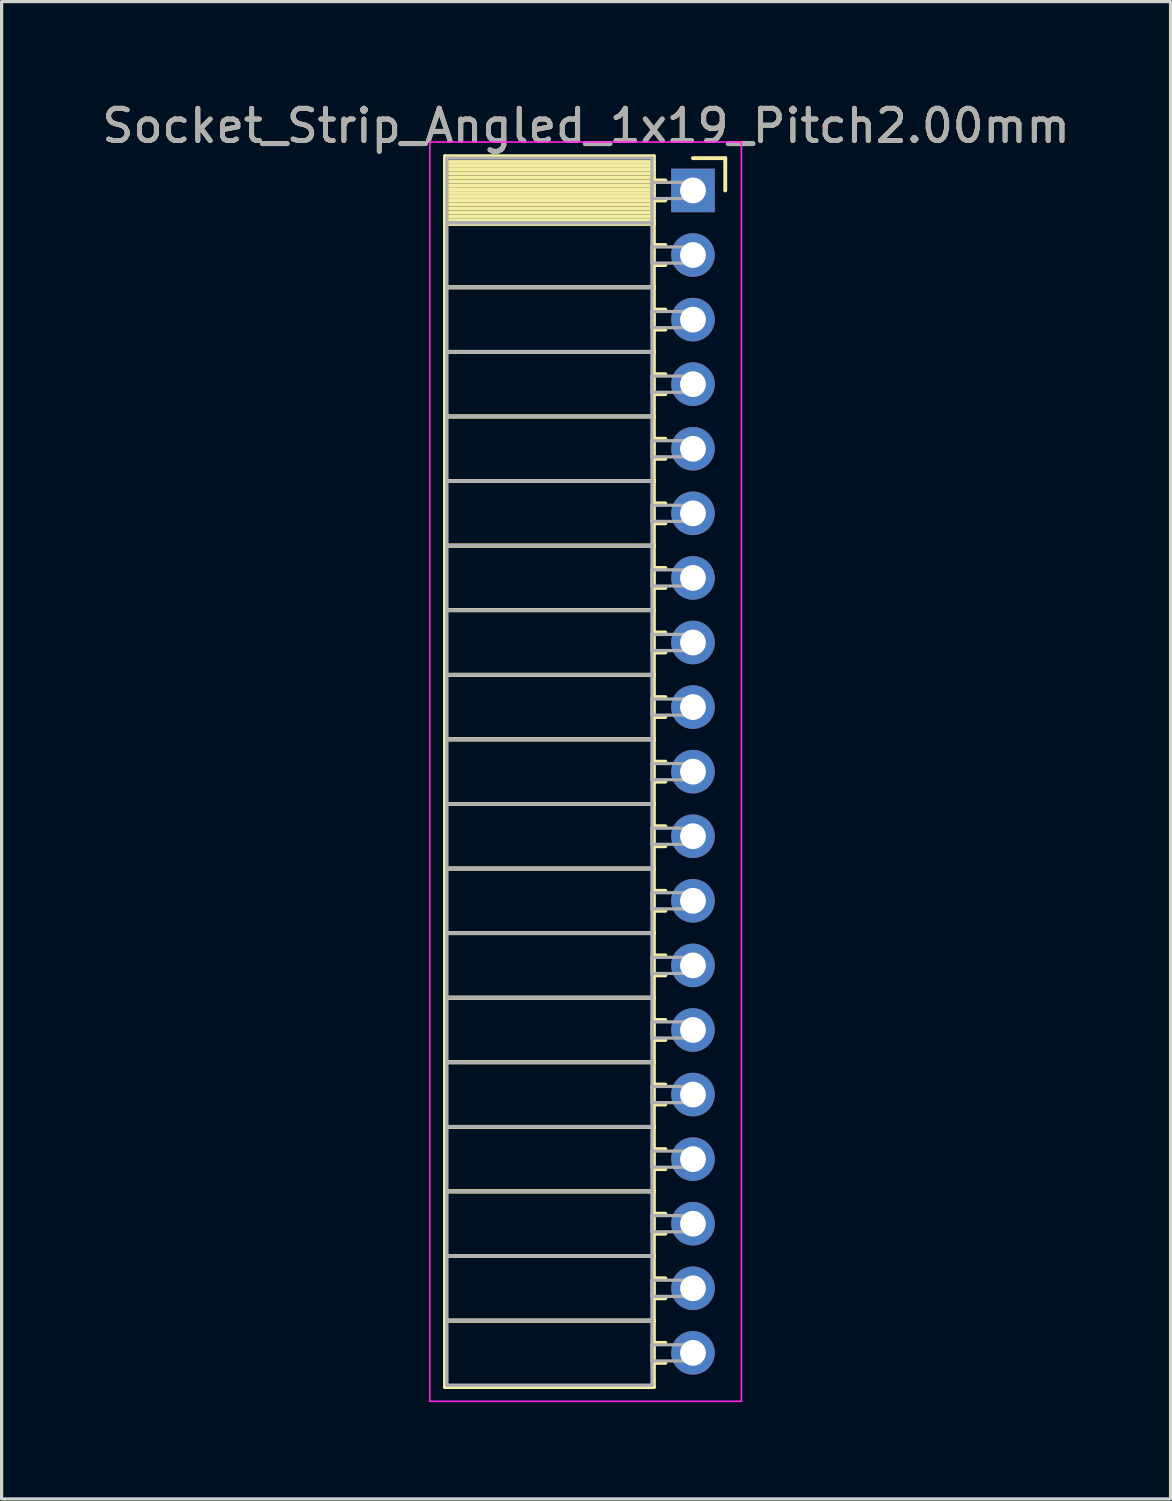
<source format=kicad_pcb>
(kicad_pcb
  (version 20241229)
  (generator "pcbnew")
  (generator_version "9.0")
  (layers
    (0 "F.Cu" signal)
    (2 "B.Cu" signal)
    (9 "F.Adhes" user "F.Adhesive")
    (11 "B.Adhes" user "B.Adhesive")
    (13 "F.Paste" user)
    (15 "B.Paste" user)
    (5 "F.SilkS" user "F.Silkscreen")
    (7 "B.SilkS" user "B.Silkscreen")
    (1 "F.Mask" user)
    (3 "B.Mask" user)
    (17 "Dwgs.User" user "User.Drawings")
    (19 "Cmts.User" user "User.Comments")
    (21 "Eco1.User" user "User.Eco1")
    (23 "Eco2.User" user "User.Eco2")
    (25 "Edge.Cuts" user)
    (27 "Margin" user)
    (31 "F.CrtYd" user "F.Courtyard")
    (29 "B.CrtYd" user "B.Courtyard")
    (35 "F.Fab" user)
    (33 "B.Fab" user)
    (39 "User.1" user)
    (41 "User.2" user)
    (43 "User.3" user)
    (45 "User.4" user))
  (footprint "Socket_Strip_Angled_1x19_Pitch2.00mm"
    (layer "F.Cu")
    (at 18.411 2.848)
    (property "Reference" "Socket_Strip_Angled_1x19_Pitch2.00mm" (at -3.31 -2 0) (layer "F.SilkS") (effects (font (size 1 1) (thickness 0.15))))
    (attr through_hole)
    (fp_line (start -7.68 -1.06) (end -1.21 -1.06) (stroke (width 0.12) (type solid)) (layer "F.SilkS"))
    (fp_line (start -7.68 1) (end -7.68 -1.06) (stroke (width 0.12) (type solid)) (layer "F.SilkS"))
    (fp_line (start -7.68 1) (end -1.21 1) (stroke (width 0.12) (type solid)) (layer "F.SilkS"))
    (fp_line (start -7.68 3) (end -7.68 1) (stroke (width 0.12) (type solid)) (layer "F.SilkS"))
    (fp_line (start -7.68 3) (end -1.21 3) (stroke (width 0.12) (type solid)) (layer "F.SilkS"))
    (fp_line (start -7.68 5) (end -7.68 3) (stroke (width 0.12) (type solid)) (layer "F.SilkS"))
    (fp_line (start -7.68 5) (end -1.21 5) (stroke (width 0.12) (type solid)) (layer "F.SilkS"))
    (fp_line (start -7.68 7) (end -7.68 5) (stroke (width 0.12) (type solid)) (layer "F.SilkS"))
    (fp_line (start -7.68 7) (end -1.21 7) (stroke (width 0.12) (type solid)) (layer "F.SilkS"))
    (fp_line (start -7.68 9) (end -7.68 7) (stroke (width 0.12) (type solid)) (layer "F.SilkS"))
    (fp_line (start -7.68 9) (end -1.21 9) (stroke (width 0.12) (type solid)) (layer "F.SilkS"))
    (fp_line (start -7.68 11) (end -7.68 9) (stroke (width 0.12) (type solid)) (layer "F.SilkS"))
    (fp_line (start -7.68 11) (end -1.21 11) (stroke (width 0.12) (type solid)) (layer "F.SilkS"))
    (fp_line (start -7.68 13) (end -7.68 11) (stroke (width 0.12) (type solid)) (layer "F.SilkS"))
    (fp_line (start -7.68 13) (end -1.21 13) (stroke (width 0.12) (type solid)) (layer "F.SilkS"))
    (fp_line (start -7.68 15) (end -7.68 13) (stroke (width 0.12) (type solid)) (layer "F.SilkS"))
    (fp_line (start -7.68 15) (end -1.21 15) (stroke (width 0.12) (type solid)) (layer "F.SilkS"))
    (fp_line (start -7.68 17) (end -7.68 15) (stroke (width 0.12) (type solid)) (layer "F.SilkS"))
    (fp_line (start -7.68 17) (end -1.21 17) (stroke (width 0.12) (type solid)) (layer "F.SilkS"))
    (fp_line (start -7.68 19) (end -7.68 17) (stroke (width 0.12) (type solid)) (layer "F.SilkS"))
    (fp_line (start -7.68 19) (end -1.21 19) (stroke (width 0.12) (type solid)) (layer "F.SilkS"))
    (fp_line (start -7.68 21) (end -7.68 19) (stroke (width 0.12) (type solid)) (layer "F.SilkS"))
    (fp_line (start -7.68 21) (end -1.21 21) (stroke (width 0.12) (type solid)) (layer "F.SilkS"))
    (fp_line (start -7.68 23) (end -7.68 21) (stroke (width 0.12) (type solid)) (layer "F.SilkS"))
    (fp_line (start -7.68 23) (end -1.21 23) (stroke (width 0.12) (type solid)) (layer "F.SilkS"))
    (fp_line (start -7.68 25) (end -7.68 23) (stroke (width 0.12) (type solid)) (layer "F.SilkS"))
    (fp_line (start -7.68 25) (end -1.21 25) (stroke (width 0.12) (type solid)) (layer "F.SilkS"))
    (fp_line (start -7.68 27) (end -7.68 25) (stroke (width 0.12) (type solid)) (layer "F.SilkS"))
    (fp_line (start -7.68 27) (end -1.21 27) (stroke (width 0.12) (type solid)) (layer "F.SilkS"))
    (fp_line (start -7.68 29) (end -7.68 27) (stroke (width 0.12) (type solid)) (layer "F.SilkS"))
    (fp_line (start -7.68 29) (end -1.21 29) (stroke (width 0.12) (type solid)) (layer "F.SilkS"))
    (fp_line (start -7.68 31) (end -7.68 29) (stroke (width 0.12) (type solid)) (layer "F.SilkS"))
    (fp_line (start -7.68 31) (end -1.21 31) (stroke (width 0.12) (type solid)) (layer "F.SilkS"))
    (fp_line (start -7.68 33) (end -7.68 31) (stroke (width 0.12) (type solid)) (layer "F.SilkS"))
    (fp_line (start -7.68 33) (end -1.21 33) (stroke (width 0.12) (type solid)) (layer "F.SilkS"))
    (fp_line (start -7.68 35) (end -7.68 33) (stroke (width 0.12) (type solid)) (layer "F.SilkS"))
    (fp_line (start -7.68 35) (end -1.21 35) (stroke (width 0.12) (type solid)) (layer "F.SilkS"))
    (fp_line (start -7.68 37.06) (end -7.68 35) (stroke (width 0.12) (type solid)) (layer "F.SilkS"))
    (fp_line (start -1.21 -1.06) (end -1.21 1) (stroke (width 0.12) (type solid)) (layer "F.SilkS"))
    (fp_line (start -1.21 -0.88) (end -7.68 -0.88) (stroke (width 0.12) (type solid)) (layer "F.SilkS"))
    (fp_line (start -1.21 -0.76) (end -7.68 -0.76) (stroke (width 0.12) (type solid)) (layer "F.SilkS"))
    (fp_line (start -1.21 -0.64) (end -7.68 -0.64) (stroke (width 0.12) (type solid)) (layer "F.SilkS"))
    (fp_line (start -1.21 -0.52) (end -7.68 -0.52) (stroke (width 0.12) (type solid)) (layer "F.SilkS"))
    (fp_line (start -1.21 -0.4) (end -7.68 -0.4) (stroke (width 0.12) (type solid)) (layer "F.SilkS"))
    (fp_line (start -1.21 -0.28) (end -7.68 -0.28) (stroke (width 0.12) (type solid)) (layer "F.SilkS"))
    (fp_line (start -1.21 -0.16) (end -7.68 -0.16) (stroke (width 0.12) (type solid)) (layer "F.SilkS"))
    (fp_line (start -1.21 -0.04) (end -7.68 -0.04) (stroke (width 0.12) (type solid)) (layer "F.SilkS"))
    (fp_line (start -1.21 0.08) (end -7.68 0.08) (stroke (width 0.12) (type solid)) (layer "F.SilkS"))
    (fp_line (start -1.21 0.2) (end -7.68 0.2) (stroke (width 0.12) (type solid)) (layer "F.SilkS"))
    (fp_line (start -1.21 0.32) (end -7.68 0.32) (stroke (width 0.12) (type solid)) (layer "F.SilkS"))
    (fp_line (start -1.21 0.44) (end -7.68 0.44) (stroke (width 0.12) (type solid)) (layer "F.SilkS"))
    (fp_line (start -1.21 0.56) (end -7.68 0.56) (stroke (width 0.12) (type solid)) (layer "F.SilkS"))
    (fp_line (start -1.21 0.68) (end -7.68 0.68) (stroke (width 0.12) (type solid)) (layer "F.SilkS"))
    (fp_line (start -1.21 0.8) (end -7.68 0.8) (stroke (width 0.12) (type solid)) (layer "F.SilkS"))
    (fp_line (start -1.21 0.92) (end -7.68 0.92) (stroke (width 0.12) (type solid)) (layer "F.SilkS"))
    (fp_line (start -1.21 1) (end -7.68 1) (stroke (width 0.12) (type solid)) (layer "F.SilkS"))
    (fp_line (start -1.21 1) (end -1.21 3) (stroke (width 0.12) (type solid)) (layer "F.SilkS"))
    (fp_line (start -1.21 1.04) (end -7.68 1.04) (stroke (width 0.12) (type solid)) (layer "F.SilkS"))
    (fp_line (start -1.21 3) (end -7.68 3) (stroke (width 0.12) (type solid)) (layer "F.SilkS"))
    (fp_line (start -1.21 3) (end -1.21 5) (stroke (width 0.12) (type solid)) (layer "F.SilkS"))
    (fp_line (start -1.21 5) (end -7.68 5) (stroke (width 0.12) (type solid)) (layer "F.SilkS"))
    (fp_line (start -1.21 5) (end -1.21 7) (stroke (width 0.12) (type solid)) (layer "F.SilkS"))
    (fp_line (start -1.21 7) (end -7.68 7) (stroke (width 0.12) (type solid)) (layer "F.SilkS"))
    (fp_line (start -1.21 7) (end -1.21 9) (stroke (width 0.12) (type solid)) (layer "F.SilkS"))
    (fp_line (start -1.21 9) (end -7.68 9) (stroke (width 0.12) (type solid)) (layer "F.SilkS"))
    (fp_line (start -1.21 9) (end -1.21 11) (stroke (width 0.12) (type solid)) (layer "F.SilkS"))
    (fp_line (start -1.21 11) (end -7.68 11) (stroke (width 0.12) (type solid)) (layer "F.SilkS"))
    (fp_line (start -1.21 11) (end -1.21 13) (stroke (width 0.12) (type solid)) (layer "F.SilkS"))
    (fp_line (start -1.21 13) (end -7.68 13) (stroke (width 0.12) (type solid)) (layer "F.SilkS"))
    (fp_line (start -1.21 13) (end -1.21 15) (stroke (width 0.12) (type solid)) (layer "F.SilkS"))
    (fp_line (start -1.21 15) (end -7.68 15) (stroke (width 0.12) (type solid)) (layer "F.SilkS"))
    (fp_line (start -1.21 15) (end -1.21 17) (stroke (width 0.12) (type solid)) (layer "F.SilkS"))
    (fp_line (start -1.21 17) (end -7.68 17) (stroke (width 0.12) (type solid)) (layer "F.SilkS"))
    (fp_line (start -1.21 17) (end -1.21 19) (stroke (width 0.12) (type solid)) (layer "F.SilkS"))
    (fp_line (start -1.21 19) (end -7.68 19) (stroke (width 0.12) (type solid)) (layer "F.SilkS"))
    (fp_line (start -1.21 19) (end -1.21 21) (stroke (width 0.12) (type solid)) (layer "F.SilkS"))
    (fp_line (start -1.21 21) (end -7.68 21) (stroke (width 0.12) (type solid)) (layer "F.SilkS"))
    (fp_line (start -1.21 21) (end -1.21 23) (stroke (width 0.12) (type solid)) (layer "F.SilkS"))
    (fp_line (start -1.21 23) (end -7.68 23) (stroke (width 0.12) (type solid)) (layer "F.SilkS"))
    (fp_line (start -1.21 23) (end -1.21 25) (stroke (width 0.12) (type solid)) (layer "F.SilkS"))
    (fp_line (start -1.21 25) (end -7.68 25) (stroke (width 0.12) (type solid)) (layer "F.SilkS"))
    (fp_line (start -1.21 25) (end -1.21 27) (stroke (width 0.12) (type solid)) (layer "F.SilkS"))
    (fp_line (start -1.21 27) (end -7.68 27) (stroke (width 0.12) (type solid)) (layer "F.SilkS"))
    (fp_line (start -1.21 27) (end -1.21 29) (stroke (width 0.12) (type solid)) (layer "F.SilkS"))
    (fp_line (start -1.21 29) (end -7.68 29) (stroke (width 0.12) (type solid)) (layer "F.SilkS"))
    (fp_line (start -1.21 29) (end -1.21 31) (stroke (width 0.12) (type solid)) (layer "F.SilkS"))
    (fp_line (start -1.21 31) (end -7.68 31) (stroke (width 0.12) (type solid)) (layer "F.SilkS"))
    (fp_line (start -1.21 31) (end -1.21 33) (stroke (width 0.12) (type solid)) (layer "F.SilkS"))
    (fp_line (start -1.21 33) (end -7.68 33) (stroke (width 0.12) (type solid)) (layer "F.SilkS"))
    (fp_line (start -1.21 33) (end -1.21 35) (stroke (width 0.12) (type solid)) (layer "F.SilkS"))
    (fp_line (start -1.21 35) (end -7.68 35) (stroke (width 0.12) (type solid)) (layer "F.SilkS"))
    (fp_line (start -1.21 35) (end -1.21 37.06) (stroke (width 0.12) (type solid)) (layer "F.SilkS"))
    (fp_line (start -1.21 37.06) (end -7.68 37.06) (stroke (width 0.12) (type solid)) (layer "F.SilkS"))
    (fp_line (start -0.855 -0.31) (end -1.21 -0.31) (stroke (width 0.12) (type solid)) (layer "F.SilkS"))
    (fp_line (start -0.855 0.31) (end -1.21 0.31) (stroke (width 0.12) (type solid)) (layer "F.SilkS"))
    (fp_line (start -0.855 1.69) (end -1.21 1.69) (stroke (width 0.12) (type solid)) (layer "F.SilkS"))
    (fp_line (start -0.855 2.31) (end -1.21 2.31) (stroke (width 0.12) (type solid)) (layer "F.SilkS"))
    (fp_line (start -0.855 3.69) (end -1.21 3.69) (stroke (width 0.12) (type solid)) (layer "F.SilkS"))
    (fp_line (start -0.855 4.31) (end -1.21 4.31) (stroke (width 0.12) (type solid)) (layer "F.SilkS"))
    (fp_line (start -0.855 5.69) (end -1.21 5.69) (stroke (width 0.12) (type solid)) (layer "F.SilkS"))
    (fp_line (start -0.855 6.31) (end -1.21 6.31) (stroke (width 0.12) (type solid)) (layer "F.SilkS"))
    (fp_line (start -0.855 7.69) (end -1.21 7.69) (stroke (width 0.12) (type solid)) (layer "F.SilkS"))
    (fp_line (start -0.855 8.31) (end -1.21 8.31) (stroke (width 0.12) (type solid)) (layer "F.SilkS"))
    (fp_line (start -0.855 9.69) (end -1.21 9.69) (stroke (width 0.12) (type solid)) (layer "F.SilkS"))
    (fp_line (start -0.855 10.31) (end -1.21 10.31) (stroke (width 0.12) (type solid)) (layer "F.SilkS"))
    (fp_line (start -0.855 11.69) (end -1.21 11.69) (stroke (width 0.12) (type solid)) (layer "F.SilkS"))
    (fp_line (start -0.855 12.31) (end -1.21 12.31) (stroke (width 0.12) (type solid)) (layer "F.SilkS"))
    (fp_line (start -0.855 13.69) (end -1.21 13.69) (stroke (width 0.12) (type solid)) (layer "F.SilkS"))
    (fp_line (start -0.855 14.31) (end -1.21 14.31) (stroke (width 0.12) (type solid)) (layer "F.SilkS"))
    (fp_line (start -0.855 15.69) (end -1.21 15.69) (stroke (width 0.12) (type solid)) (layer "F.SilkS"))
    (fp_line (start -0.855 16.31) (end -1.21 16.31) (stroke (width 0.12) (type solid)) (layer "F.SilkS"))
    (fp_line (start -0.855 17.69) (end -1.21 17.69) (stroke (width 0.12) (type solid)) (layer "F.SilkS"))
    (fp_line (start -0.855 18.31) (end -1.21 18.31) (stroke (width 0.12) (type solid)) (layer "F.SilkS"))
    (fp_line (start -0.855 19.69) (end -1.21 19.69) (stroke (width 0.12) (type solid)) (layer "F.SilkS"))
    (fp_line (start -0.855 20.31) (end -1.21 20.31) (stroke (width 0.12) (type solid)) (layer "F.SilkS"))
    (fp_line (start -0.855 21.69) (end -1.21 21.69) (stroke (width 0.12) (type solid)) (layer "F.SilkS"))
    (fp_line (start -0.855 22.31) (end -1.21 22.31) (stroke (width 0.12) (type solid)) (layer "F.SilkS"))
    (fp_line (start -0.855 23.69) (end -1.21 23.69) (stroke (width 0.12) (type solid)) (layer "F.SilkS"))
    (fp_line (start -0.855 24.31) (end -1.21 24.31) (stroke (width 0.12) (type solid)) (layer "F.SilkS"))
    (fp_line (start -0.855 25.69) (end -1.21 25.69) (stroke (width 0.12) (type solid)) (layer "F.SilkS"))
    (fp_line (start -0.855 26.31) (end -1.21 26.31) (stroke (width 0.12) (type solid)) (layer "F.SilkS"))
    (fp_line (start -0.855 27.69) (end -1.21 27.69) (stroke (width 0.12) (type solid)) (layer "F.SilkS"))
    (fp_line (start -0.855 28.31) (end -1.21 28.31) (stroke (width 0.12) (type solid)) (layer "F.SilkS"))
    (fp_line (start -0.855 29.69) (end -1.21 29.69) (stroke (width 0.12) (type solid)) (layer "F.SilkS"))
    (fp_line (start -0.855 30.31) (end -1.21 30.31) (stroke (width 0.12) (type solid)) (layer "F.SilkS"))
    (fp_line (start -0.855 31.69) (end -1.21 31.69) (stroke (width 0.12) (type solid)) (layer "F.SilkS"))
    (fp_line (start -0.855 32.31) (end -1.21 32.31) (stroke (width 0.12) (type solid)) (layer "F.SilkS"))
    (fp_line (start -0.855 33.69) (end -1.21 33.69) (stroke (width 0.12) (type solid)) (layer "F.SilkS"))
    (fp_line (start -0.855 34.31) (end -1.21 34.31) (stroke (width 0.12) (type solid)) (layer "F.SilkS"))
    (fp_line (start -0.855 35.69) (end -1.21 35.69) (stroke (width 0.12) (type solid)) (layer "F.SilkS"))
    (fp_line (start -0.855 36.31) (end -1.21 36.31) (stroke (width 0.12) (type solid)) (layer "F.SilkS"))
    (fp_line (start 0 -1) (end 1 -1) (stroke (width 0.12) (type solid)) (layer "F.SilkS"))
    (fp_line (start 1 -1) (end 1 0) (stroke (width 0.12) (type solid)) (layer "F.SilkS"))
    (fp_line (start -8.15 -1.5) (end 1.5 -1.5) (stroke (width 0.05) (type solid)) (layer "F.CrtYd"))
    (fp_line (start -8.15 37.5) (end -8.15 -1.5) (stroke (width 0.05) (type solid)) (layer "F.CrtYd"))
    (fp_line (start 1.5 -1.5) (end 1.5 37.5) (stroke (width 0.05) (type solid)) (layer "F.CrtYd"))
    (fp_line (start 1.5 37.5) (end -8.15 37.5) (stroke (width 0.05) (type solid)) (layer "F.CrtYd"))
    (fp_line (start -7.62 -1) (end -1.27 -1) (stroke (width 0.1) (type solid)) (layer "F.Fab"))
    (fp_line (start -7.62 1) (end -7.62 -1) (stroke (width 0.1) (type solid)) (layer "F.Fab"))
    (fp_line (start -7.62 1) (end -1.27 1) (stroke (width 0.1) (type solid)) (layer "F.Fab"))
    (fp_line (start -7.62 3) (end -7.62 1) (stroke (width 0.1) (type solid)) (layer "F.Fab"))
    (fp_line (start -7.62 3) (end -1.27 3) (stroke (width 0.1) (type solid)) (layer "F.Fab"))
    (fp_line (start -7.62 5) (end -7.62 3) (stroke (width 0.1) (type solid)) (layer "F.Fab"))
    (fp_line (start -7.62 5) (end -1.27 5) (stroke (width 0.1) (type solid)) (layer "F.Fab"))
    (fp_line (start -7.62 7) (end -7.62 5) (stroke (width 0.1) (type solid)) (layer "F.Fab"))
    (fp_line (start -7.62 7) (end -1.27 7) (stroke (width 0.1) (type solid)) (layer "F.Fab"))
    (fp_line (start -7.62 9) (end -7.62 7) (stroke (width 0.1) (type solid)) (layer "F.Fab"))
    (fp_line (start -7.62 9) (end -1.27 9) (stroke (width 0.1) (type solid)) (layer "F.Fab"))
    (fp_line (start -7.62 11) (end -7.62 9) (stroke (width 0.1) (type solid)) (layer "F.Fab"))
    (fp_line (start -7.62 11) (end -1.27 11) (stroke (width 0.1) (type solid)) (layer "F.Fab"))
    (fp_line (start -7.62 13) (end -7.62 11) (stroke (width 0.1) (type solid)) (layer "F.Fab"))
    (fp_line (start -7.62 13) (end -1.27 13) (stroke (width 0.1) (type solid)) (layer "F.Fab"))
    (fp_line (start -7.62 15) (end -7.62 13) (stroke (width 0.1) (type solid)) (layer "F.Fab"))
    (fp_line (start -7.62 15) (end -1.27 15) (stroke (width 0.1) (type solid)) (layer "F.Fab"))
    (fp_line (start -7.62 17) (end -7.62 15) (stroke (width 0.1) (type solid)) (layer "F.Fab"))
    (fp_line (start -7.62 17) (end -1.27 17) (stroke (width 0.1) (type solid)) (layer "F.Fab"))
    (fp_line (start -7.62 19) (end -7.62 17) (stroke (width 0.1) (type solid)) (layer "F.Fab"))
    (fp_line (start -7.62 19) (end -1.27 19) (stroke (width 0.1) (type solid)) (layer "F.Fab"))
    (fp_line (start -7.62 21) (end -7.62 19) (stroke (width 0.1) (type solid)) (layer "F.Fab"))
    (fp_line (start -7.62 21) (end -1.27 21) (stroke (width 0.1) (type solid)) (layer "F.Fab"))
    (fp_line (start -7.62 23) (end -7.62 21) (stroke (width 0.1) (type solid)) (layer "F.Fab"))
    (fp_line (start -7.62 23) (end -1.27 23) (stroke (width 0.1) (type solid)) (layer "F.Fab"))
    (fp_line (start -7.62 25) (end -7.62 23) (stroke (width 0.1) (type solid)) (layer "F.Fab"))
    (fp_line (start -7.62 25) (end -1.27 25) (stroke (width 0.1) (type solid)) (layer "F.Fab"))
    (fp_line (start -7.62 27) (end -7.62 25) (stroke (width 0.1) (type solid)) (layer "F.Fab"))
    (fp_line (start -7.62 27) (end -1.27 27) (stroke (width 0.1) (type solid)) (layer "F.Fab"))
    (fp_line (start -7.62 29) (end -7.62 27) (stroke (width 0.1) (type solid)) (layer "F.Fab"))
    (fp_line (start -7.62 29) (end -1.27 29) (stroke (width 0.1) (type solid)) (layer "F.Fab"))
    (fp_line (start -7.62 31) (end -7.62 29) (stroke (width 0.1) (type solid)) (layer "F.Fab"))
    (fp_line (start -7.62 31) (end -1.27 31) (stroke (width 0.1) (type solid)) (layer "F.Fab"))
    (fp_line (start -7.62 33) (end -7.62 31) (stroke (width 0.1) (type solid)) (layer "F.Fab"))
    (fp_line (start -7.62 33) (end -1.27 33) (stroke (width 0.1) (type solid)) (layer "F.Fab"))
    (fp_line (start -7.62 35) (end -7.62 33) (stroke (width 0.1) (type solid)) (layer "F.Fab"))
    (fp_line (start -7.62 35) (end -1.27 35) (stroke (width 0.1) (type solid)) (layer "F.Fab"))
    (fp_line (start -7.62 37) (end -7.62 35) (stroke (width 0.1) (type solid)) (layer "F.Fab"))
    (fp_line (start -1.27 -1) (end -1.27 1) (stroke (width 0.1) (type solid)) (layer "F.Fab"))
    (fp_line (start -1.27 -0.25) (end 0 -0.25) (stroke (width 0.1) (type solid)) (layer "F.Fab"))
    (fp_line (start -1.27 0.25) (end -1.27 -0.25) (stroke (width 0.1) (type solid)) (layer "F.Fab"))
    (fp_line (start -1.27 1) (end -7.62 1) (stroke (width 0.1) (type solid)) (layer "F.Fab"))
    (fp_line (start -1.27 1) (end -1.27 3) (stroke (width 0.1) (type solid)) (layer "F.Fab"))
    (fp_line (start -1.27 1.75) (end 0 1.75) (stroke (width 0.1) (type solid)) (layer "F.Fab"))
    (fp_line (start -1.27 2.25) (end -1.27 1.75) (stroke (width 0.1) (type solid)) (layer "F.Fab"))
    (fp_line (start -1.27 3) (end -7.62 3) (stroke (width 0.1) (type solid)) (layer "F.Fab"))
    (fp_line (start -1.27 3) (end -1.27 5) (stroke (width 0.1) (type solid)) (layer "F.Fab"))
    (fp_line (start -1.27 3.75) (end 0 3.75) (stroke (width 0.1) (type solid)) (layer "F.Fab"))
    (fp_line (start -1.27 4.25) (end -1.27 3.75) (stroke (width 0.1) (type solid)) (layer "F.Fab"))
    (fp_line (start -1.27 5) (end -7.62 5) (stroke (width 0.1) (type solid)) (layer "F.Fab"))
    (fp_line (start -1.27 5) (end -1.27 7) (stroke (width 0.1) (type solid)) (layer "F.Fab"))
    (fp_line (start -1.27 5.75) (end 0 5.75) (stroke (width 0.1) (type solid)) (layer "F.Fab"))
    (fp_line (start -1.27 6.25) (end -1.27 5.75) (stroke (width 0.1) (type solid)) (layer "F.Fab"))
    (fp_line (start -1.27 7) (end -7.62 7) (stroke (width 0.1) (type solid)) (layer "F.Fab"))
    (fp_line (start -1.27 7) (end -1.27 9) (stroke (width 0.1) (type solid)) (layer "F.Fab"))
    (fp_line (start -1.27 7.75) (end 0 7.75) (stroke (width 0.1) (type solid)) (layer "F.Fab"))
    (fp_line (start -1.27 8.25) (end -1.27 7.75) (stroke (width 0.1) (type solid)) (layer "F.Fab"))
    (fp_line (start -1.27 9) (end -7.62 9) (stroke (width 0.1) (type solid)) (layer "F.Fab"))
    (fp_line (start -1.27 9) (end -1.27 11) (stroke (width 0.1) (type solid)) (layer "F.Fab"))
    (fp_line (start -1.27 9.75) (end 0 9.75) (stroke (width 0.1) (type solid)) (layer "F.Fab"))
    (fp_line (start -1.27 10.25) (end -1.27 9.75) (stroke (width 0.1) (type solid)) (layer "F.Fab"))
    (fp_line (start -1.27 11) (end -7.62 11) (stroke (width 0.1) (type solid)) (layer "F.Fab"))
    (fp_line (start -1.27 11) (end -1.27 13) (stroke (width 0.1) (type solid)) (layer "F.Fab"))
    (fp_line (start -1.27 11.75) (end 0 11.75) (stroke (width 0.1) (type solid)) (layer "F.Fab"))
    (fp_line (start -1.27 12.25) (end -1.27 11.75) (stroke (width 0.1) (type solid)) (layer "F.Fab"))
    (fp_line (start -1.27 13) (end -7.62 13) (stroke (width 0.1) (type solid)) (layer "F.Fab"))
    (fp_line (start -1.27 13) (end -1.27 15) (stroke (width 0.1) (type solid)) (layer "F.Fab"))
    (fp_line (start -1.27 13.75) (end 0 13.75) (stroke (width 0.1) (type solid)) (layer "F.Fab"))
    (fp_line (start -1.27 14.25) (end -1.27 13.75) (stroke (width 0.1) (type solid)) (layer "F.Fab"))
    (fp_line (start -1.27 15) (end -7.62 15) (stroke (width 0.1) (type solid)) (layer "F.Fab"))
    (fp_line (start -1.27 15) (end -1.27 17) (stroke (width 0.1) (type solid)) (layer "F.Fab"))
    (fp_line (start -1.27 15.75) (end 0 15.75) (stroke (width 0.1) (type solid)) (layer "F.Fab"))
    (fp_line (start -1.27 16.25) (end -1.27 15.75) (stroke (width 0.1) (type solid)) (layer "F.Fab"))
    (fp_line (start -1.27 17) (end -7.62 17) (stroke (width 0.1) (type solid)) (layer "F.Fab"))
    (fp_line (start -1.27 17) (end -1.27 19) (stroke (width 0.1) (type solid)) (layer "F.Fab"))
    (fp_line (start -1.27 17.75) (end 0 17.75) (stroke (width 0.1) (type solid)) (layer "F.Fab"))
    (fp_line (start -1.27 18.25) (end -1.27 17.75) (stroke (width 0.1) (type solid)) (layer "F.Fab"))
    (fp_line (start -1.27 19) (end -7.62 19) (stroke (width 0.1) (type solid)) (layer "F.Fab"))
    (fp_line (start -1.27 19) (end -1.27 21) (stroke (width 0.1) (type solid)) (layer "F.Fab"))
    (fp_line (start -1.27 19.75) (end 0 19.75) (stroke (width 0.1) (type solid)) (layer "F.Fab"))
    (fp_line (start -1.27 20.25) (end -1.27 19.75) (stroke (width 0.1) (type solid)) (layer "F.Fab"))
    (fp_line (start -1.27 21) (end -7.62 21) (stroke (width 0.1) (type solid)) (layer "F.Fab"))
    (fp_line (start -1.27 21) (end -1.27 23) (stroke (width 0.1) (type solid)) (layer "F.Fab"))
    (fp_line (start -1.27 21.75) (end 0 21.75) (stroke (width 0.1) (type solid)) (layer "F.Fab"))
    (fp_line (start -1.27 22.25) (end -1.27 21.75) (stroke (width 0.1) (type solid)) (layer "F.Fab"))
    (fp_line (start -1.27 23) (end -7.62 23) (stroke (width 0.1) (type solid)) (layer "F.Fab"))
    (fp_line (start -1.27 23) (end -1.27 25) (stroke (width 0.1) (type solid)) (layer "F.Fab"))
    (fp_line (start -1.27 23.75) (end 0 23.75) (stroke (width 0.1) (type solid)) (layer "F.Fab"))
    (fp_line (start -1.27 24.25) (end -1.27 23.75) (stroke (width 0.1) (type solid)) (layer "F.Fab"))
    (fp_line (start -1.27 25) (end -7.62 25) (stroke (width 0.1) (type solid)) (layer "F.Fab"))
    (fp_line (start -1.27 25) (end -1.27 27) (stroke (width 0.1) (type solid)) (layer "F.Fab"))
    (fp_line (start -1.27 25.75) (end 0 25.75) (stroke (width 0.1) (type solid)) (layer "F.Fab"))
    (fp_line (start -1.27 26.25) (end -1.27 25.75) (stroke (width 0.1) (type solid)) (layer "F.Fab"))
    (fp_line (start -1.27 27) (end -7.62 27) (stroke (width 0.1) (type solid)) (layer "F.Fab"))
    (fp_line (start -1.27 27) (end -1.27 29) (stroke (width 0.1) (type solid)) (layer "F.Fab"))
    (fp_line (start -1.27 27.75) (end 0 27.75) (stroke (width 0.1) (type solid)) (layer "F.Fab"))
    (fp_line (start -1.27 28.25) (end -1.27 27.75) (stroke (width 0.1) (type solid)) (layer "F.Fab"))
    (fp_line (start -1.27 29) (end -7.62 29) (stroke (width 0.1) (type solid)) (layer "F.Fab"))
    (fp_line (start -1.27 29) (end -1.27 31) (stroke (width 0.1) (type solid)) (layer "F.Fab"))
    (fp_line (start -1.27 29.75) (end 0 29.75) (stroke (width 0.1) (type solid)) (layer "F.Fab"))
    (fp_line (start -1.27 30.25) (end -1.27 29.75) (stroke (width 0.1) (type solid)) (layer "F.Fab"))
    (fp_line (start -1.27 31) (end -7.62 31) (stroke (width 0.1) (type solid)) (layer "F.Fab"))
    (fp_line (start -1.27 31) (end -1.27 33) (stroke (width 0.1) (type solid)) (layer "F.Fab"))
    (fp_line (start -1.27 31.75) (end 0 31.75) (stroke (width 0.1) (type solid)) (layer "F.Fab"))
    (fp_line (start -1.27 32.25) (end -1.27 31.75) (stroke (width 0.1) (type solid)) (layer "F.Fab"))
    (fp_line (start -1.27 33) (end -7.62 33) (stroke (width 0.1) (type solid)) (layer "F.Fab"))
    (fp_line (start -1.27 33) (end -1.27 35) (stroke (width 0.1) (type solid)) (layer "F.Fab"))
    (fp_line (start -1.27 33.75) (end 0 33.75) (stroke (width 0.1) (type solid)) (layer "F.Fab"))
    (fp_line (start -1.27 34.25) (end -1.27 33.75) (stroke (width 0.1) (type solid)) (layer "F.Fab"))
    (fp_line (start -1.27 35) (end -7.62 35) (stroke (width 0.1) (type solid)) (layer "F.Fab"))
    (fp_line (start -1.27 35) (end -1.27 37) (stroke (width 0.1) (type solid)) (layer "F.Fab"))
    (fp_line (start -1.27 35.75) (end 0 35.75) (stroke (width 0.1) (type solid)) (layer "F.Fab"))
    (fp_line (start -1.27 36.25) (end -1.27 35.75) (stroke (width 0.1) (type solid)) (layer "F.Fab"))
    (fp_line (start -1.27 37) (end -7.62 37) (stroke (width 0.1) (type solid)) (layer "F.Fab"))
    (fp_line (start 0 -0.25) (end 0 0.25) (stroke (width 0.1) (type solid)) (layer "F.Fab"))
    (fp_line (start 0 0.25) (end -1.27 0.25) (stroke (width 0.1) (type solid)) (layer "F.Fab"))
    (fp_line (start 0 1.75) (end 0 2.25) (stroke (width 0.1) (type solid)) (layer "F.Fab"))
    (fp_line (start 0 2.25) (end -1.27 2.25) (stroke (width 0.1) (type solid)) (layer "F.Fab"))
    (fp_line (start 0 3.75) (end 0 4.25) (stroke (width 0.1) (type solid)) (layer "F.Fab"))
    (fp_line (start 0 4.25) (end -1.27 4.25) (stroke (width 0.1) (type solid)) (layer "F.Fab"))
    (fp_line (start 0 5.75) (end 0 6.25) (stroke (width 0.1) (type solid)) (layer "F.Fab"))
    (fp_line (start 0 6.25) (end -1.27 6.25) (stroke (width 0.1) (type solid)) (layer "F.Fab"))
    (fp_line (start 0 7.75) (end 0 8.25) (stroke (width 0.1) (type solid)) (layer "F.Fab"))
    (fp_line (start 0 8.25) (end -1.27 8.25) (stroke (width 0.1) (type solid)) (layer "F.Fab"))
    (fp_line (start 0 9.75) (end 0 10.25) (stroke (width 0.1) (type solid)) (layer "F.Fab"))
    (fp_line (start 0 10.25) (end -1.27 10.25) (stroke (width 0.1) (type solid)) (layer "F.Fab"))
    (fp_line (start 0 11.75) (end 0 12.25) (stroke (width 0.1) (type solid)) (layer "F.Fab"))
    (fp_line (start 0 12.25) (end -1.27 12.25) (stroke (width 0.1) (type solid)) (layer "F.Fab"))
    (fp_line (start 0 13.75) (end 0 14.25) (stroke (width 0.1) (type solid)) (layer "F.Fab"))
    (fp_line (start 0 14.25) (end -1.27 14.25) (stroke (width 0.1) (type solid)) (layer "F.Fab"))
    (fp_line (start 0 15.75) (end 0 16.25) (stroke (width 0.1) (type solid)) (layer "F.Fab"))
    (fp_line (start 0 16.25) (end -1.27 16.25) (stroke (width 0.1) (type solid)) (layer "F.Fab"))
    (fp_line (start 0 17.75) (end 0 18.25) (stroke (width 0.1) (type solid)) (layer "F.Fab"))
    (fp_line (start 0 18.25) (end -1.27 18.25) (stroke (width 0.1) (type solid)) (layer "F.Fab"))
    (fp_line (start 0 19.75) (end 0 20.25) (stroke (width 0.1) (type solid)) (layer "F.Fab"))
    (fp_line (start 0 20.25) (end -1.27 20.25) (stroke (width 0.1) (type solid)) (layer "F.Fab"))
    (fp_line (start 0 21.75) (end 0 22.25) (stroke (width 0.1) (type solid)) (layer "F.Fab"))
    (fp_line (start 0 22.25) (end -1.27 22.25) (stroke (width 0.1) (type solid)) (layer "F.Fab"))
    (fp_line (start 0 23.75) (end 0 24.25) (stroke (width 0.1) (type solid)) (layer "F.Fab"))
    (fp_line (start 0 24.25) (end -1.27 24.25) (stroke (width 0.1) (type solid)) (layer "F.Fab"))
    (fp_line (start 0 25.75) (end 0 26.25) (stroke (width 0.1) (type solid)) (layer "F.Fab"))
    (fp_line (start 0 26.25) (end -1.27 26.25) (stroke (width 0.1) (type solid)) (layer "F.Fab"))
    (fp_line (start 0 27.75) (end 0 28.25) (stroke (width 0.1) (type solid)) (layer "F.Fab"))
    (fp_line (start 0 28.25) (end -1.27 28.25) (stroke (width 0.1) (type solid)) (layer "F.Fab"))
    (fp_line (start 0 29.75) (end 0 30.25) (stroke (width 0.1) (type solid)) (layer "F.Fab"))
    (fp_line (start 0 30.25) (end -1.27 30.25) (stroke (width 0.1) (type solid)) (layer "F.Fab"))
    (fp_line (start 0 31.75) (end 0 32.25) (stroke (width 0.1) (type solid)) (layer "F.Fab"))
    (fp_line (start 0 32.25) (end -1.27 32.25) (stroke (width 0.1) (type solid)) (layer "F.Fab"))
    (fp_line (start 0 33.75) (end 0 34.25) (stroke (width 0.1) (type solid)) (layer "F.Fab"))
    (fp_line (start 0 34.25) (end -1.27 34.25) (stroke (width 0.1) (type solid)) (layer "F.Fab"))
    (fp_line (start 0 35.75) (end 0 36.25) (stroke (width 0.1) (type solid)) (layer "F.Fab"))
    (fp_line (start 0 36.25) (end -1.27 36.25) (stroke (width 0.1) (type solid)) (layer "F.Fab"))
    (fp_text user "${REFERENCE}" (at -3.31 -2 0) (layer "F.Fab") (effects (font (size 1 1) (thickness 0.15))))
    (pad "1" thru_hole rect (at 0 0) (size 1.35 1.35) (drill 0.8) (layers "*.Cu" "*.Mask"))
    (pad "2" thru_hole oval (at 0 2) (size 1.35 1.35) (drill 0.8) (layers "*.Cu" "*.Mask"))
    (pad "3" thru_hole oval (at 0 4) (size 1.35 1.35) (drill 0.8) (layers "*.Cu" "*.Mask"))
    (pad "4" thru_hole oval (at 0 6) (size 1.35 1.35) (drill 0.8) (layers "*.Cu" "*.Mask"))
    (pad "5" thru_hole oval (at 0 8) (size 1.35 1.35) (drill 0.8) (layers "*.Cu" "*.Mask"))
    (pad "6" thru_hole oval (at 0 10) (size 1.35 1.35) (drill 0.8) (layers "*.Cu" "*.Mask"))
    (pad "7" thru_hole oval (at 0 12) (size 1.35 1.35) (drill 0.8) (layers "*.Cu" "*.Mask"))
    (pad "8" thru_hole oval (at 0 14) (size 1.35 1.35) (drill 0.8) (layers "*.Cu" "*.Mask"))
    (pad "9" thru_hole oval (at 0 16) (size 1.35 1.35) (drill 0.8) (layers "*.Cu" "*.Mask"))
    (pad "10" thru_hole oval (at 0 18) (size 1.35 1.35) (drill 0.8) (layers "*.Cu" "*.Mask"))
    (pad "11" thru_hole oval (at 0 20) (size 1.35 1.35) (drill 0.8) (layers "*.Cu" "*.Mask"))
    (pad "12" thru_hole oval (at 0 22) (size 1.35 1.35) (drill 0.8) (layers "*.Cu" "*.Mask"))
    (pad "13" thru_hole oval (at 0 24) (size 1.35 1.35) (drill 0.8) (layers "*.Cu" "*.Mask"))
    (pad "14" thru_hole oval (at 0 26) (size 1.35 1.35) (drill 0.8) (layers "*.Cu" "*.Mask"))
    (pad "15" thru_hole oval (at 0 28) (size 1.35 1.35) (drill 0.8) (layers "*.Cu" "*.Mask"))
    (pad "16" thru_hole oval (at 0 30) (size 1.35 1.35) (drill 0.8) (layers "*.Cu" "*.Mask"))
    (pad "17" thru_hole oval (at 0 32) (size 1.35 1.35) (drill 0.8) (layers "*.Cu" "*.Mask"))
    (pad "18" thru_hole oval (at 0 34) (size 1.35 1.35) (drill 0.8) (layers "*.Cu" "*.Mask"))
    (pad "19" thru_hole oval (at 0 36) (size 1.35 1.35) (drill 0.8) (layers "*.Cu" "*.Mask")))
  (gr_rect
    (start -3 -3)
    (end 33.202 43.373)
    (stroke (width 0.1) (type default))
    (fill no)
    (layer "Edge.Cuts")))
</source>
